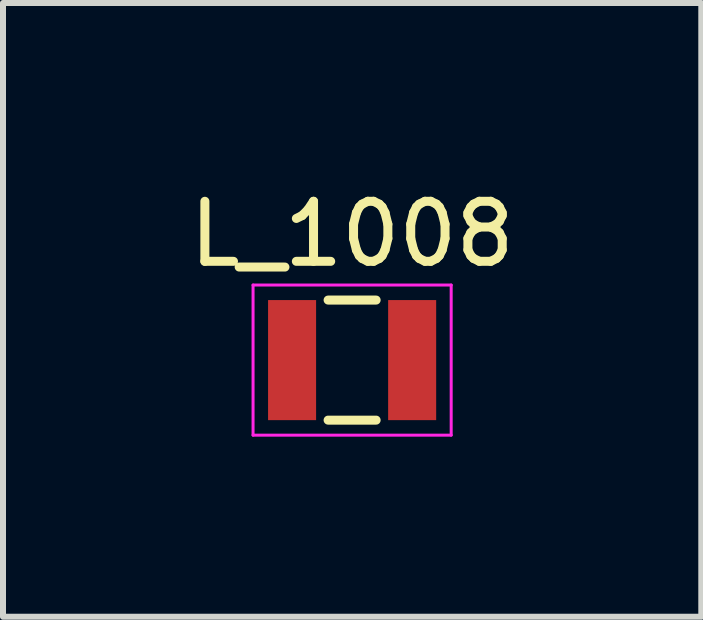
<source format=kicad_pcb>
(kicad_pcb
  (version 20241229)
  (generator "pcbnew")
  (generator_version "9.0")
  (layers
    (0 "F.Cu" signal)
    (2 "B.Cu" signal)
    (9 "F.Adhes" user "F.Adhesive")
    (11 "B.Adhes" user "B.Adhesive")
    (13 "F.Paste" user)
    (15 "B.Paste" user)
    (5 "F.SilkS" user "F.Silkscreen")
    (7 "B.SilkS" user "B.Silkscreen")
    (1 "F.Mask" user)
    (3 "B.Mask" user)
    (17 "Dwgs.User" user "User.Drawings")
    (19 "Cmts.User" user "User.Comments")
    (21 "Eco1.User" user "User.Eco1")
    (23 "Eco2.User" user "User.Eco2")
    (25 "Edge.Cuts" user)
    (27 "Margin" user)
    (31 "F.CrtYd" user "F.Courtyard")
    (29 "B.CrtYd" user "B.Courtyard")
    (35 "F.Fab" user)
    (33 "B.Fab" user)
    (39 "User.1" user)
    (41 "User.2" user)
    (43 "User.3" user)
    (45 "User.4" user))
  (footprint "L_1008"
    (layer "F.Cu")
    (at 2.815 2.948)
    (property "Reference" "L_1008" (at 0 -2.1 0) (layer "F.SilkS") (effects (font (size 1 1) (thickness 0.15))))
    (attr smd)
    (fp_line (start -0.4 1) (end 0.4 1) (stroke (width 0.15) (type solid)) (layer "F.SilkS"))
    (fp_line (start 0.4 -1) (end -0.4 -1) (stroke (width 0.15) (type solid)) (layer "F.SilkS"))
    (fp_line (start -1.65 -1.25) (end -1.65 1.25) (stroke (width 0.05) (type solid)) (layer "F.CrtYd"))
    (fp_line (start -1.65 -1.25) (end 1.65 -1.25) (stroke (width 0.05) (type solid)) (layer "F.CrtYd"))
    (fp_line (start -1.65 1.25) (end 1.65 1.25) (stroke (width 0.05) (type solid)) (layer "F.CrtYd"))
    (fp_line (start 1.65 -1.25) (end 1.65 1.25) (stroke (width 0.05) (type solid)) (layer "F.CrtYd"))
    (pad "1" smd rect (at -1 0) (size 0.8 2) (layers "F.Cu" "F.Mask" "F.Paste"))
    (pad "2" smd rect (at 1 0) (size 0.8 2) (layers "F.Cu" "F.Mask" "F.Paste")))
  (gr_rect
    (start -3 -3)
    (end 8.631 7.223)
    (stroke (width 0.1) (type default))
    (fill no)
    (layer "Edge.Cuts")))
</source>
